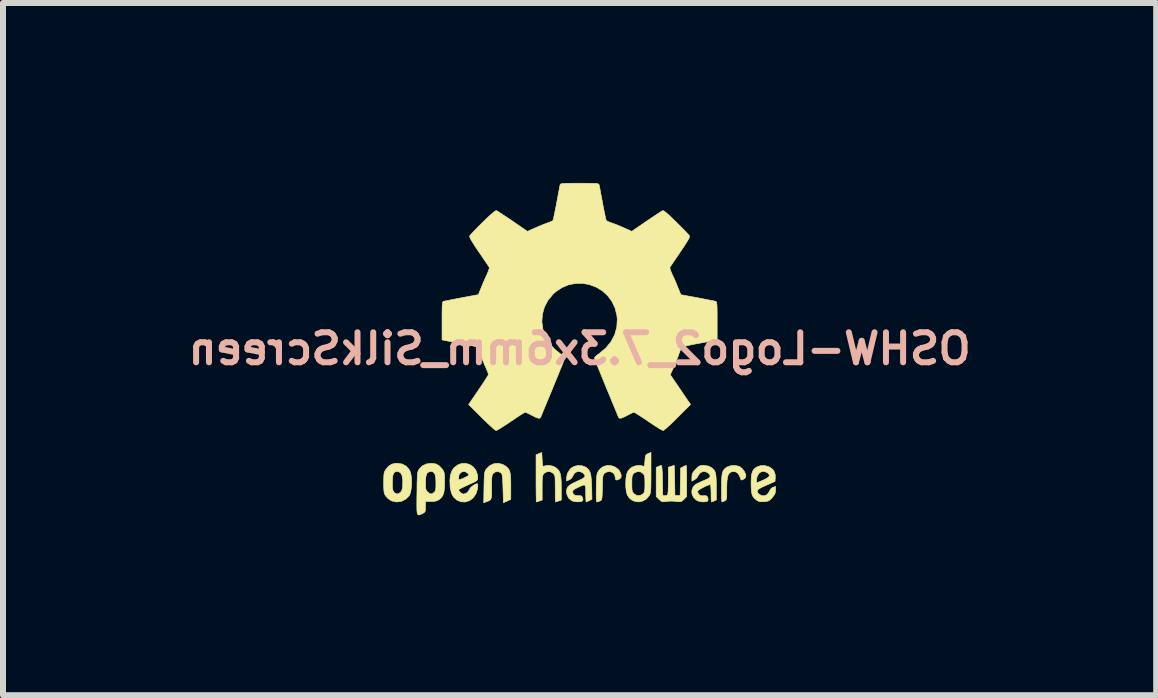
<source format=kicad_pcb>
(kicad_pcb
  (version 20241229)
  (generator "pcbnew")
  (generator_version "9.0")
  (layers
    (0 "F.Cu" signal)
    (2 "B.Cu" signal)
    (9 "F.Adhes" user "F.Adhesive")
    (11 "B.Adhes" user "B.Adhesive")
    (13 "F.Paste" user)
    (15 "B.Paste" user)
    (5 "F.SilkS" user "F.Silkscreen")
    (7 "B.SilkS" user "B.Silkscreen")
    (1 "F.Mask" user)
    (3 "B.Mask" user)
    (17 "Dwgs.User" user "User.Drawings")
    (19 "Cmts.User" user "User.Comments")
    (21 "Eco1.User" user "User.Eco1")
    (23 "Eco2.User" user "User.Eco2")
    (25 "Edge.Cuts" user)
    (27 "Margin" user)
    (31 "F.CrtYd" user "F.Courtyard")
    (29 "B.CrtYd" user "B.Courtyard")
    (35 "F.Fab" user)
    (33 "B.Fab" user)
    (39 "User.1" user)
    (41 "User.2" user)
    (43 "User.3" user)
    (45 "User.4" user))
  (footprint "OSHW-Logo2_7.3x6mm_SilkScreen"
    (layer "F.Cu")
    (at 6.612 2.763)
    (property "Reference" "OSHW-Logo2_7.3x6mm_SilkScreen" (at 0 0 180) (layer "B.SilkS") (effects (font (size 0.5 0.5) (thickness 0.1)) (justify mirror)))
    (attr exclude_from_pos_files exclude_from_bom)
    (fp_poly (pts (xy 2.653 1.959) (xy 2.67 1.966) (xy 2.711 1.999) (xy 2.747 2.047) (xy 2.769 2.097) (xy 2.772 2.122) (xy 2.76 2.157) (xy 2.734 2.175) (xy 2.706 2.187) (xy 2.693 2.189) (xy 2.687 2.174) (xy 2.674 2.141) (xy 2.669 2.127) (xy 2.639 2.076) (xy 2.595 2.05) (xy 2.538 2.051) (xy 2.534 2.052) (xy 2.504 2.067) (xy 2.481 2.094) (xy 2.466 2.139) (xy 2.457 2.205) (xy 2.453 2.294) (xy 2.453 2.341) (xy 2.453 2.416) (xy 2.452 2.467) (xy 2.448 2.499) (xy 2.442 2.518) (xy 2.432 2.529) (xy 2.417 2.537) (xy 2.416 2.538) (xy 2.387 2.55) (xy 2.372 2.555) (xy 2.37 2.541) (xy 2.368 2.503) (xy 2.367 2.446) (xy 2.366 2.374) (xy 2.366 2.322) (xy 2.367 2.22) (xy 2.37 2.143) (xy 2.377 2.086) (xy 2.389 2.045) (xy 2.407 2.014) (xy 2.432 1.99) (xy 2.457 1.973) (xy 2.517 1.951) (xy 2.587 1.946) (xy 2.653 1.959)) (stroke (width 0.01) (type solid)) (fill yes) (layer "F.SilkS"))
    (fp_poly (pts (xy -1.284 1.928) (xy -1.237 1.955) (xy -1.205 1.981) (xy -1.181 2.009) (xy -1.165 2.044) (xy -1.155 2.089) (xy -1.149 2.151) (xy -1.147 2.234) (xy -1.147 2.293) (xy -1.147 2.512) (xy -1.208 2.54) (xy -1.27 2.568) (xy -1.277 2.328) (xy -1.28 2.238) (xy -1.283 2.173) (xy -1.287 2.128) (xy -1.293 2.099) (xy -1.3 2.081) (xy -1.31 2.07) (xy -1.313 2.067) (xy -1.36 2.048) (xy -1.408 2.056) (xy -1.437 2.076) (xy -1.449 2.09) (xy -1.457 2.108) (xy -1.462 2.136) (xy -1.465 2.179) (xy -1.466 2.242) (xy -1.466 2.307) (xy -1.466 2.389) (xy -1.467 2.447) (xy -1.472 2.486) (xy -1.482 2.512) (xy -1.499 2.528) (xy -1.525 2.541) (xy -1.56 2.554) (xy -1.598 2.569) (xy -1.594 2.311) (xy -1.592 2.219) (xy -1.59 2.15) (xy -1.587 2.101) (xy -1.582 2.066) (xy -1.575 2.042) (xy -1.566 2.022) (xy -1.554 2.005) (xy -1.499 1.95) (xy -1.431 1.918) (xy -1.357 1.91) (xy -1.284 1.928)) (stroke (width 0.01) (type solid)) (fill yes) (layer "F.SilkS"))
    (fp_poly (pts (xy 0.53 1.95) (xy 0.596 1.974) (xy 0.649 2.017) (xy 0.67 2.047) (xy 0.693 2.103) (xy 0.692 2.143) (xy 0.669 2.17) (xy 0.66 2.175) (xy 0.622 2.189) (xy 0.602 2.185) (xy 0.595 2.161) (xy 0.595 2.148) (xy 0.583 2.099) (xy 0.551 2.065) (xy 0.508 2.048) (xy 0.459 2.053) (xy 0.419 2.074) (xy 0.405 2.087) (xy 0.396 2.101) (xy 0.389 2.124) (xy 0.385 2.159) (xy 0.383 2.212) (xy 0.381 2.288) (xy 0.38 2.312) (xy 0.378 2.394) (xy 0.376 2.451) (xy 0.372 2.49) (xy 0.367 2.513) (xy 0.359 2.526) (xy 0.347 2.535) (xy 0.339 2.538) (xy 0.307 2.55) (xy 0.288 2.555) (xy 0.282 2.541) (xy 0.278 2.5) (xy 0.277 2.431) (xy 0.278 2.334) (xy 0.278 2.319) (xy 0.28 2.23) (xy 0.283 2.165) (xy 0.286 2.119) (xy 0.292 2.087) (xy 0.3 2.064) (xy 0.311 2.044) (xy 0.317 2.035) (xy 0.35 1.998) (xy 0.388 1.969) (xy 0.392 1.966) (xy 0.459 1.946) (xy 0.53 1.95)) (stroke (width 0.01) (type solid)) (fill yes) (layer "F.SilkS"))
    (fp_poly (pts (xy -0.624 1.851) (xy -0.62 1.911) (xy -0.615 1.946) (xy -0.608 1.961) (xy -0.598 1.961) (xy -0.595 1.959) (xy -0.552 1.946) (xy -0.497 1.947) (xy -0.44 1.96) (xy -0.405 1.978) (xy -0.369 2.006) (xy -0.342 2.038) (xy -0.324 2.078) (xy -0.313 2.132) (xy -0.307 2.204) (xy -0.305 2.299) (xy -0.305 2.317) (xy -0.305 2.523) (xy -0.351 2.539) (xy -0.383 2.549) (xy -0.401 2.554) (xy -0.401 2.555) (xy -0.403 2.541) (xy -0.405 2.503) (xy -0.406 2.446) (xy -0.406 2.375) (xy -0.406 2.332) (xy -0.407 2.247) (xy -0.408 2.186) (xy -0.41 2.144) (xy -0.415 2.117) (xy -0.422 2.098) (xy -0.433 2.085) (xy -0.44 2.078) (xy -0.487 2.051) (xy -0.538 2.049) (xy -0.584 2.072) (xy -0.593 2.08) (xy -0.605 2.095) (xy -0.614 2.114) (xy -0.619 2.14) (xy -0.622 2.18) (xy -0.624 2.238) (xy -0.624 2.318) (xy -0.624 2.523) (xy -0.67 2.539) (xy -0.702 2.549) (xy -0.72 2.554) (xy -0.721 2.555) (xy -0.722 2.541) (xy -0.723 2.501) (xy -0.724 2.441) (xy -0.725 2.362) (xy -0.726 2.269) (xy -0.726 2.167) (xy -0.726 1.769) (xy -0.679 1.749) (xy -0.631 1.73) (xy -0.624 1.851)) (stroke (width 0.01) (type solid)) (fill yes) (layer "F.SilkS"))
    (fp_poly (pts (xy 1.78 1.959) (xy 1.782 1.997) (xy 1.784 2.055) (xy 1.785 2.128) (xy 1.785 2.205) (xy 1.785 2.465) (xy 1.739 2.511) (xy 1.708 2.539) (xy 1.68 2.551) (xy 1.642 2.55) (xy 1.627 2.548) (xy 1.58 2.543) (xy 1.541 2.54) (xy 1.531 2.54) (xy 1.499 2.541) (xy 1.453 2.546) (xy 1.436 2.548) (xy 1.392 2.552) (xy 1.363 2.544) (xy 1.334 2.521) (xy 1.323 2.511) (xy 1.277 2.465) (xy 1.277 1.979) (xy 1.314 1.962) (xy 1.346 1.949) (xy 1.365 1.945) (xy 1.369 1.959) (xy 1.374 1.997) (xy 1.378 2.056) (xy 1.381 2.132) (xy 1.382 2.195) (xy 1.386 2.446) (xy 1.421 2.451) (xy 1.452 2.447) (xy 1.468 2.436) (xy 1.472 2.415) (xy 1.476 2.371) (xy 1.478 2.309) (xy 1.48 2.235) (xy 1.48 2.197) (xy 1.48 1.977) (xy 1.526 1.961) (xy 1.559 1.95) (xy 1.576 1.945) (xy 1.577 1.945) (xy 1.578 1.959) (xy 1.58 1.997) (xy 1.582 2.054) (xy 1.584 2.127) (xy 1.585 2.195) (xy 1.589 2.446) (xy 1.676 2.446) (xy 1.68 2.217) (xy 1.684 1.989) (xy 1.727 1.967) (xy 1.758 1.952) (xy 1.777 1.945) (xy 1.777 1.945) (xy 1.78 1.959)) (stroke (width 0.01) (type solid)) (fill yes) (layer "F.SilkS"))
    (fp_poly (pts (xy -2.959 1.922) (xy -2.891 1.958) (xy -2.841 2.015) (xy -2.823 2.052) (xy -2.809 2.108) (xy -2.802 2.178) (xy -2.801 2.255) (xy -2.807 2.33) (xy -2.818 2.394) (xy -2.834 2.441) (xy -2.839 2.449) (xy -2.9 2.509) (xy -2.971 2.545) (xy -3.049 2.555) (xy -3.127 2.539) (xy -3.149 2.529) (xy -3.192 2.499) (xy -3.229 2.459) (xy -3.233 2.454) (xy -3.247 2.43) (xy -3.257 2.404) (xy -3.262 2.37) (xy -3.265 2.321) (xy -3.266 2.251) (xy -3.266 2.235) (xy -3.266 2.23) (xy -3.121 2.23) (xy -3.12 2.296) (xy -3.116 2.34) (xy -3.109 2.369) (xy -3.098 2.388) (xy -3.092 2.395) (xy -3.057 2.42) (xy -3.023 2.419) (xy -2.989 2.397) (xy -2.969 2.374) (xy -2.957 2.34) (xy -2.95 2.288) (xy -2.949 2.281) (xy -2.948 2.186) (xy -2.96 2.114) (xy -2.985 2.068) (xy -3.023 2.048) (xy -3.037 2.047) (xy -3.073 2.052) (xy -3.097 2.072) (xy -3.112 2.109) (xy -3.119 2.168) (xy -3.121 2.23) (xy -3.266 2.23) (xy -3.265 2.16) (xy -3.263 2.108) (xy -3.258 2.072) (xy -3.249 2.045) (xy -3.236 2.022) (xy -3.233 2.017) (xy -3.184 1.958) (xy -3.13 1.924) (xy -3.064 1.91) (xy -3.042 1.91) (xy -2.959 1.922)) (stroke (width 0.01) (type solid)) (fill yes) (layer "F.SilkS"))
    (fp_poly (pts (xy 3.154 1.967) (xy 3.211 2.004) (xy 3.239 2.038) (xy 3.261 2.099) (xy 3.262 2.147) (xy 3.258 2.212) (xy 3.11 2.277) (xy 3.037 2.31) (xy 2.99 2.337) (xy 2.966 2.36) (xy 2.961 2.383) (xy 2.975 2.407) (xy 2.99 2.424) (xy 3.034 2.45) (xy 3.081 2.452) (xy 3.125 2.432) (xy 3.157 2.391) (xy 3.163 2.376) (xy 3.191 2.331) (xy 3.222 2.312) (xy 3.266 2.296) (xy 3.266 2.358) (xy 3.262 2.4) (xy 3.247 2.436) (xy 3.215 2.477) (xy 3.211 2.482) (xy 3.176 2.519) (xy 3.145 2.538) (xy 3.108 2.547) (xy 3.076 2.55) (xy 3.02 2.551) (xy 2.981 2.542) (xy 2.956 2.528) (xy 2.917 2.497) (xy 2.89 2.465) (xy 2.873 2.423) (xy 2.863 2.368) (xy 2.86 2.291) (xy 2.859 2.253) (xy 2.86 2.206) (xy 2.948 2.206) (xy 2.949 2.231) (xy 2.952 2.235) (xy 2.968 2.23) (xy 3.004 2.215) (xy 3.052 2.194) (xy 3.062 2.19) (xy 3.123 2.159) (xy 3.157 2.132) (xy 3.164 2.106) (xy 3.146 2.08) (xy 3.132 2.069) (xy 3.079 2.046) (xy 3.03 2.05) (xy 2.989 2.078) (xy 2.961 2.127) (xy 2.952 2.166) (xy 2.948 2.206) (xy 2.86 2.206) (xy 2.861 2.162) (xy 2.868 2.095) (xy 2.882 2.047) (xy 2.904 2.011) (xy 2.937 1.983) (xy 2.951 1.973) (xy 3.015 1.95) (xy 3.085 1.948) (xy 3.154 1.967)) (stroke (width 0.01) (type solid)) (fill yes) (layer "F.SilkS"))
    (fp_poly (pts (xy 1.19 2.065) (xy 1.19 2.174) (xy 1.189 2.257) (xy 1.188 2.32) (xy 1.185 2.365) (xy 1.181 2.397) (xy 1.175 2.421) (xy 1.167 2.439) (xy 1.161 2.449) (xy 1.112 2.506) (xy 1.049 2.541) (xy 0.98 2.554) (xy 0.911 2.542) (xy 0.869 2.522) (xy 0.826 2.485) (xy 0.796 2.441) (xy 0.779 2.383) (xy 0.77 2.306) (xy 0.769 2.25) (xy 0.769 2.246) (xy 0.871 2.246) (xy 0.871 2.311) (xy 0.874 2.354) (xy 0.881 2.382) (xy 0.893 2.402) (xy 0.906 2.417) (xy 0.953 2.447) (xy 1.004 2.449) (xy 1.051 2.425) (xy 1.055 2.421) (xy 1.071 2.404) (xy 1.081 2.383) (xy 1.086 2.352) (xy 1.088 2.305) (xy 1.089 2.252) (xy 1.088 2.185) (xy 1.085 2.141) (xy 1.078 2.112) (xy 1.066 2.091) (xy 1.057 2.08) (xy 1.013 2.052) (xy 0.962 2.049) (xy 0.914 2.07) (xy 0.904 2.078) (xy 0.889 2.096) (xy 0.879 2.117) (xy 0.873 2.148) (xy 0.871 2.196) (xy 0.871 2.246) (xy 0.769 2.246) (xy 0.773 2.159) (xy 0.785 2.09) (xy 0.807 2.039) (xy 0.842 1.998) (xy 0.869 1.978) (xy 0.919 1.956) (xy 0.976 1.945) (xy 1.03 1.948) (xy 1.06 1.959) (xy 1.071 1.962) (xy 1.079 1.951) (xy 1.084 1.919) (xy 1.089 1.871) (xy 1.093 1.817) (xy 1.099 1.784) (xy 1.111 1.766) (xy 1.131 1.754) (xy 1.143 1.748) (xy 1.19 1.729) (xy 1.19 2.065)) (stroke (width 0.01) (type solid)) (fill yes) (layer "F.SilkS"))
    (fp_poly (pts (xy -1.832 1.931) (xy -1.774 1.97) (xy -1.73 2.025) (xy -1.704 2.096) (xy -1.698 2.148) (xy -1.699 2.17) (xy -1.704 2.187) (xy -1.718 2.201) (xy -1.745 2.218) (xy -1.79 2.239) (xy -1.857 2.269) (xy -1.858 2.27) (xy -1.92 2.298) (xy -1.97 2.323) (xy -2.005 2.342) (xy -2.017 2.353) (xy -2.017 2.353) (xy -2.006 2.376) (xy -1.98 2.402) (xy -1.949 2.42) (xy -1.934 2.424) (xy -1.891 2.411) (xy -1.855 2.379) (xy -1.837 2.345) (xy -1.82 2.319) (xy -1.787 2.29) (xy -1.748 2.264) (xy -1.713 2.25) (xy -1.706 2.25) (xy -1.698 2.262) (xy -1.697 2.294) (xy -1.703 2.337) (xy -1.715 2.383) (xy -1.73 2.423) (xy -1.731 2.424) (xy -1.777 2.489) (xy -1.837 2.533) (xy -1.906 2.555) (xy -1.976 2.552) (xy -2.044 2.524) (xy -2.047 2.522) (xy -2.101 2.473) (xy -2.136 2.41) (xy -2.155 2.327) (xy -2.158 2.304) (xy -2.162 2.194) (xy -2.157 2.143) (xy -2.017 2.143) (xy -2.016 2.175) (xy -2.006 2.184) (xy -1.981 2.177) (xy -1.942 2.161) (xy -1.899 2.14) (xy -1.898 2.139) (xy -1.861 2.12) (xy -1.846 2.107) (xy -1.85 2.093) (xy -1.865 2.076) (xy -1.904 2.05) (xy -1.946 2.048) (xy -1.984 2.067) (xy -2.01 2.103) (xy -2.017 2.143) (xy -2.157 2.143) (xy -2.153 2.106) (xy -2.128 2.036) (xy -2.095 1.987) (xy -2.033 1.938) (xy -1.966 1.913) (xy -1.897 1.912) (xy -1.832 1.931)) (stroke (width 0.01) (type solid)) (fill yes) (layer "F.SilkS"))
    (fp_poly (pts (xy 0.04 1.951) (xy 0.097 1.972) (xy 0.097 1.972) (xy 0.132 1.998) (xy 0.158 2.029) (xy 0.177 2.068) (xy 0.189 2.121) (xy 0.196 2.194) (xy 0.2 2.289) (xy 0.201 2.303) (xy 0.206 2.509) (xy 0.162 2.532) (xy 0.13 2.547) (xy 0.11 2.554) (xy 0.11 2.555) (xy 0.106 2.541) (xy 0.104 2.505) (xy 0.102 2.451) (xy 0.102 2.408) (xy 0.102 2.339) (xy 0.098 2.295) (xy 0.087 2.274) (xy 0.064 2.273) (xy 0.022 2.289) (xy -0.04 2.318) (xy -0.086 2.342) (xy -0.109 2.363) (xy -0.116 2.386) (xy -0.116 2.387) (xy -0.105 2.426) (xy -0.071 2.447) (xy -0.019 2.451) (xy 0.018 2.45) (xy 0.038 2.461) (xy 0.05 2.487) (xy 0.057 2.519) (xy 0.047 2.538) (xy 0.043 2.541) (xy 0.007 2.551) (xy -0.043 2.553) (xy -0.095 2.546) (xy -0.132 2.533) (xy -0.183 2.49) (xy -0.212 2.429) (xy -0.218 2.382) (xy -0.213 2.34) (xy -0.198 2.305) (xy -0.166 2.275) (xy -0.115 2.244) (xy -0.041 2.209) (xy -0.036 2.207) (xy 0.031 2.176) (xy 0.072 2.151) (xy 0.09 2.128) (xy 0.086 2.105) (xy 0.063 2.078) (xy 0.056 2.072) (xy 0.009 2.048) (xy -0.04 2.049) (xy -0.082 2.072) (xy -0.111 2.116) (xy -0.113 2.124) (xy -0.139 2.165) (xy -0.171 2.185) (xy -0.218 2.205) (xy -0.218 2.154) (xy -0.204 2.08) (xy -0.161 2.012) (xy -0.139 1.99) (xy -0.089 1.961) (xy -0.026 1.947) (xy 0.04 1.951)) (stroke (width 0.01) (type solid)) (fill yes) (layer "F.SilkS"))
    (fp_poly (pts (xy -2.4 1.92) (xy -2.345 1.948) (xy -2.296 1.998) (xy -2.282 2.017) (xy -2.268 2.042) (xy -2.258 2.069) (xy -2.253 2.105) (xy -2.25 2.156) (xy -2.25 2.224) (xy -2.252 2.318) (xy -2.261 2.388) (xy -2.277 2.44) (xy -2.303 2.48) (xy -2.34 2.513) (xy -2.342 2.515) (xy -2.379 2.535) (xy -2.422 2.545) (xy -2.478 2.547) (xy -2.569 2.547) (xy -2.569 2.635) (xy -2.57 2.684) (xy -2.575 2.713) (xy -2.588 2.73) (xy -2.614 2.745) (xy -2.62 2.748) (xy -2.649 2.762) (xy -2.672 2.77) (xy -2.688 2.771) (xy -2.7 2.761) (xy -2.707 2.737) (xy -2.712 2.696) (xy -2.713 2.636) (xy -2.713 2.553) (xy -2.712 2.445) (xy -2.711 2.413) (xy -2.71 2.302) (xy -2.709 2.229) (xy -2.569 2.229) (xy -2.568 2.29) (xy -2.565 2.331) (xy -2.557 2.358) (xy -2.543 2.378) (xy -2.533 2.388) (xy -2.495 2.418) (xy -2.46 2.42) (xy -2.425 2.396) (xy -2.424 2.395) (xy -2.409 2.376) (xy -2.401 2.351) (xy -2.396 2.312) (xy -2.395 2.252) (xy -2.395 2.238) (xy -2.398 2.156) (xy -2.409 2.099) (xy -2.429 2.064) (xy -2.458 2.048) (xy -2.476 2.047) (xy -2.516 2.054) (xy -2.544 2.078) (xy -2.561 2.123) (xy -2.568 2.191) (xy -2.569 2.229) (xy -2.709 2.229) (xy -2.708 2.215) (xy -2.706 2.15) (xy -2.704 2.103) (xy -2.7 2.069) (xy -2.694 2.045) (xy -2.687 2.028) (xy -2.677 2.012) (xy -2.673 2.006) (xy -2.619 1.951) (xy -2.55 1.92) (xy -2.47 1.911) (xy -2.4 1.92)) (stroke (width 0.01) (type solid)) (fill yes) (layer "F.SilkS"))
    (fp_poly (pts (xy 2.145 1.956) (xy 2.187 1.975) (xy 2.219 1.998) (xy 2.244 2.024) (xy 2.26 2.057) (xy 2.271 2.103) (xy 2.276 2.165) (xy 2.279 2.249) (xy 2.279 2.305) (xy 2.279 2.521) (xy 2.242 2.538) (xy 2.213 2.55) (xy 2.198 2.555) (xy 2.195 2.541) (xy 2.193 2.505) (xy 2.192 2.452) (xy 2.192 2.409) (xy 2.19 2.348) (xy 2.187 2.3) (xy 2.182 2.271) (xy 2.178 2.264) (xy 2.153 2.271) (xy 2.112 2.287) (xy 2.066 2.309) (xy 2.021 2.333) (xy 1.986 2.355) (xy 1.97 2.37) (xy 1.97 2.37) (xy 1.971 2.397) (xy 1.984 2.423) (xy 2.006 2.444) (xy 2.038 2.451) (xy 2.065 2.451) (xy 2.104 2.45) (xy 2.124 2.459) (xy 2.136 2.483) (xy 2.138 2.488) (xy 2.143 2.522) (xy 2.129 2.543) (xy 2.092 2.552) (xy 2.052 2.554) (xy 1.981 2.541) (xy 1.943 2.521) (xy 1.898 2.476) (xy 1.873 2.42) (xy 1.871 2.361) (xy 1.892 2.306) (xy 1.923 2.271) (xy 1.953 2.252) (xy 2.002 2.228) (xy 2.058 2.203) (xy 2.068 2.199) (xy 2.13 2.172) (xy 2.166 2.148) (xy 2.177 2.124) (xy 2.167 2.097) (xy 2.148 2.076) (xy 2.104 2.05) (xy 2.056 2.048) (xy 2.012 2.068) (xy 1.981 2.108) (xy 1.977 2.118) (xy 1.952 2.156) (xy 1.917 2.184) (xy 1.872 2.207) (xy 1.872 2.141) (xy 1.875 2.102) (xy 1.886 2.07) (xy 1.911 2.036) (xy 1.935 2.01) (xy 1.972 1.974) (xy 2.001 1.954) (xy 2.033 1.946) (xy 2.068 1.945) (xy 2.145 1.956)) (stroke (width 0.01) (type solid)) (fill yes) (layer "F.SilkS"))
    (fp_poly (pts (xy 0.104 -2.758) (xy 0.182 -2.757) (xy 0.239 -2.756) (xy 0.278 -2.754) (xy 0.303 -2.75) (xy 0.316 -2.744) (xy 0.323 -2.737) (xy 0.326 -2.726) (xy 0.327 -2.725) (xy 0.332 -2.701) (xy 0.341 -2.653) (xy 0.353 -2.587) (xy 0.368 -2.508) (xy 0.385 -2.42) (xy 0.385 -2.417) (xy 0.401 -2.331) (xy 0.417 -2.255) (xy 0.43 -2.194) (xy 0.44 -2.152) (xy 0.446 -2.133) (xy 0.447 -2.133) (xy 0.465 -2.124) (xy 0.502 -2.109) (xy 0.551 -2.091) (xy 0.552 -2.091) (xy 0.613 -2.068) (xy 0.686 -2.038) (xy 0.754 -2.008) (xy 0.757 -2.007) (xy 0.869 -1.956) (xy 1.115 -2.125) (xy 1.191 -2.176) (xy 1.26 -2.222) (xy 1.317 -2.26) (xy 1.359 -2.287) (xy 1.383 -2.301) (xy 1.385 -2.302) (xy 1.402 -2.298) (xy 1.434 -2.275) (xy 1.481 -2.235) (xy 1.546 -2.174) (xy 1.612 -2.11) (xy 1.676 -2.046) (xy 1.733 -1.989) (xy 1.78 -1.94) (xy 1.814 -1.904) (xy 1.83 -1.884) (xy 1.831 -1.883) (xy 1.833 -1.869) (xy 1.826 -1.847) (xy 1.809 -1.814) (xy 1.779 -1.765) (xy 1.737 -1.699) (xy 1.679 -1.614) (xy 1.629 -1.54) (xy 1.583 -1.473) (xy 1.546 -1.417) (xy 1.519 -1.378) (xy 1.506 -1.357) (xy 1.505 -1.356) (xy 1.507 -1.336) (xy 1.519 -1.298) (xy 1.54 -1.248) (xy 1.547 -1.232) (xy 1.58 -1.162) (xy 1.614 -1.082) (xy 1.642 -1.012) (xy 1.663 -0.961) (xy 1.679 -0.922) (xy 1.688 -0.901) (xy 1.689 -0.9) (xy 1.706 -0.897) (xy 1.746 -0.89) (xy 1.804 -0.879) (xy 1.875 -0.866) (xy 1.952 -0.852) (xy 2.032 -0.837) (xy 2.107 -0.822) (xy 2.174 -0.809) (xy 2.227 -0.799) (xy 2.26 -0.792) (xy 2.268 -0.79) (xy 2.276 -0.785) (xy 2.283 -0.774) (xy 2.287 -0.754) (xy 2.29 -0.72) (xy 2.292 -0.67) (xy 2.293 -0.599) (xy 2.293 -0.504) (xy 2.293 -0.465) (xy 2.293 -0.147) (xy 2.217 -0.132) (xy 2.175 -0.124) (xy 2.111 -0.112) (xy 2.035 -0.098) (xy 1.953 -0.083) (xy 1.93 -0.079) (xy 1.855 -0.064) (xy 1.789 -0.049) (xy 1.738 -0.037) (xy 1.709 -0.027) (xy 1.704 -0.024) (xy 1.691 -0.003) (xy 1.674 0.038) (xy 1.655 0.09) (xy 1.651 0.102) (xy 1.625 0.172) (xy 1.594 0.25) (xy 1.563 0.321) (xy 1.563 0.322) (xy 1.511 0.433) (xy 1.68 0.681) (xy 1.849 0.93) (xy 1.632 1.147) (xy 1.567 1.212) (xy 1.507 1.269) (xy 1.456 1.315) (xy 1.418 1.348) (xy 1.396 1.363) (xy 1.392 1.364) (xy 1.374 1.356) (xy 1.335 1.335) (xy 1.281 1.301) (xy 1.216 1.259) (xy 1.146 1.212) (xy 1.075 1.164) (xy 1.011 1.122) (xy 0.959 1.089) (xy 0.923 1.067) (xy 0.907 1.06) (xy 0.887 1.066) (xy 0.85 1.083) (xy 0.803 1.107) (xy 0.798 1.11) (xy 0.734 1.142) (xy 0.69 1.158) (xy 0.663 1.158) (xy 0.649 1.143) (xy 0.649 1.143) (xy 0.642 1.126) (xy 0.625 1.085) (xy 0.6 1.024) (xy 0.567 0.945) (xy 0.529 0.852) (xy 0.486 0.748) (xy 0.444 0.648) (xy 0.399 0.537) (xy 0.357 0.434) (xy 0.32 0.342) (xy 0.289 0.265) (xy 0.266 0.206) (xy 0.251 0.167) (xy 0.247 0.153) (xy 0.258 0.136) (xy 0.287 0.11) (xy 0.326 0.081) (xy 0.437 -0.011) (xy 0.523 -0.116) (xy 0.585 -0.233) (xy 0.62 -0.358) (xy 0.628 -0.49) (xy 0.622 -0.552) (xy 0.591 -0.678) (xy 0.538 -0.79) (xy 0.466 -0.886) (xy 0.378 -0.965) (xy 0.278 -1.026) (xy 0.168 -1.067) (xy 0.053 -1.089) (xy -0.065 -1.088) (xy -0.181 -1.066) (xy -0.294 -1.019) (xy -0.4 -0.948) (xy -0.444 -0.908) (xy -0.528 -0.805) (xy -0.587 -0.692) (xy -0.62 -0.573) (xy -0.629 -0.451) (xy -0.613 -0.329) (xy -0.573 -0.211) (xy -0.51 -0.1) (xy -0.423 0.002) (xy -0.326 0.081) (xy -0.286 0.111) (xy -0.257 0.137) (xy -0.247 0.153) (xy -0.252 0.17) (xy -0.267 0.21) (xy -0.291 0.272) (xy -0.323 0.35) (xy -0.36 0.443) (xy -0.403 0.546) (xy -0.444 0.648) (xy -0.49 0.759) (xy -0.533 0.862) (xy -0.571 0.953) (xy -0.603 1.03) (xy -0.627 1.09) (xy -0.643 1.129) (xy -0.649 1.143) (xy -0.663 1.158) (xy -0.69 1.158) (xy -0.734 1.142) (xy -0.797 1.11) (xy -0.798 1.11) (xy -0.845 1.085) (xy -0.884 1.067) (xy -0.906 1.06) (xy -0.907 1.06) (xy -0.923 1.067) (xy -0.96 1.089) (xy -1.012 1.122) (xy -1.075 1.164) (xy -1.146 1.212) (xy -1.218 1.26) (xy -1.283 1.302) (xy -1.336 1.335) (xy -1.374 1.357) (xy -1.392 1.364) (xy -1.409 1.354) (xy -1.443 1.327) (xy -1.49 1.284) (xy -1.547 1.231) (xy -1.612 1.168) (xy -1.633 1.147) (xy -1.85 0.93) (xy -1.684 0.687) (xy -1.634 0.613) (xy -1.59 0.546) (xy -1.555 0.491) (xy -1.53 0.451) (xy -1.519 0.43) (xy -1.519 0.429) (xy -1.525 0.409) (xy -1.54 0.37) (xy -1.562 0.317) (xy -1.578 0.282) (xy -1.607 0.215) (xy -1.635 0.147) (xy -1.656 0.09) (xy -1.662 0.073) (xy -1.679 0.026) (xy -1.695 -0.01) (xy -1.704 -0.024) (xy -1.723 -0.032) (xy -1.766 -0.044) (xy -1.826 -0.058) (xy -1.898 -0.073) (xy -1.93 -0.079) (xy -2.012 -0.094) (xy -2.091 -0.108) (xy -2.159 -0.121) (xy -2.208 -0.13) (xy -2.217 -0.132) (xy -2.293 -0.147) (xy -2.293 -0.465) (xy -2.293 -0.569) (xy -2.292 -0.648) (xy -2.291 -0.705) (xy -2.288 -0.744) (xy -2.284 -0.769) (xy -2.279 -0.782) (xy -2.271 -0.789) (xy -2.268 -0.79) (xy -2.249 -0.794) (xy -2.207 -0.802) (xy -2.148 -0.814) (xy -2.077 -0.828) (xy -1.999 -0.843) (xy -1.92 -0.858) (xy -1.845 -0.872) (xy -1.779 -0.884) (xy -1.727 -0.894) (xy -1.696 -0.899) (xy -1.689 -0.9) (xy -1.683 -0.912) (xy -1.669 -0.946) (xy -1.65 -0.994) (xy -1.642 -1.012) (xy -1.613 -1.085) (xy -1.578 -1.165) (xy -1.547 -1.232) (xy -1.525 -1.284) (xy -1.51 -1.326) (xy -1.504 -1.352) (xy -1.505 -1.356) (xy -1.516 -1.372) (xy -1.54 -1.409) (xy -1.576 -1.461) (xy -1.62 -1.526) (xy -1.67 -1.6) (xy -1.68 -1.614) (xy -1.738 -1.7) (xy -1.78 -1.766) (xy -1.809 -1.814) (xy -1.826 -1.847) (xy -1.833 -1.869) (xy -1.831 -1.883) (xy -1.831 -1.883) (xy -1.816 -1.901) (xy -1.785 -1.935) (xy -1.739 -1.983) (xy -1.683 -2.04) (xy -1.62 -2.103) (xy -1.612 -2.11) (xy -1.533 -2.187) (xy -1.471 -2.244) (xy -1.427 -2.281) (xy -1.398 -2.3) (xy -1.385 -2.302) (xy -1.367 -2.292) (xy -1.328 -2.267) (xy -1.274 -2.231) (xy -1.207 -2.187) (xy -1.133 -2.137) (xy -1.115 -2.125) (xy -0.869 -1.956) (xy -0.757 -2.007) (xy -0.69 -2.036) (xy -0.617 -2.066) (xy -0.554 -2.09) (xy -0.552 -2.091) (xy -0.503 -2.109) (xy -0.465 -2.124) (xy -0.447 -2.133) (xy -0.447 -2.133) (xy -0.441 -2.149) (xy -0.431 -2.19) (xy -0.418 -2.25) (xy -0.403 -2.325) (xy -0.386 -2.41) (xy -0.385 -2.417) (xy -0.369 -2.505) (xy -0.354 -2.585) (xy -0.341 -2.651) (xy -0.332 -2.7) (xy -0.327 -2.725) (xy -0.327 -2.725) (xy -0.323 -2.736) (xy -0.317 -2.744) (xy -0.305 -2.75) (xy -0.281 -2.753) (xy -0.244 -2.756) (xy -0.19 -2.757) (xy -0.114 -2.758) (xy -0.013 -2.758) (xy 0 -2.758) (xy 0.104 -2.758)) (stroke (width 0.01) (type solid)) (fill yes) (layer "F.SilkS")))
  (gr_rect
    (start -3 -3)
    (end 16.224 8.539)
    (stroke (width 0.1) (type default))
    (fill no)
    (layer "Edge.Cuts")))
</source>
